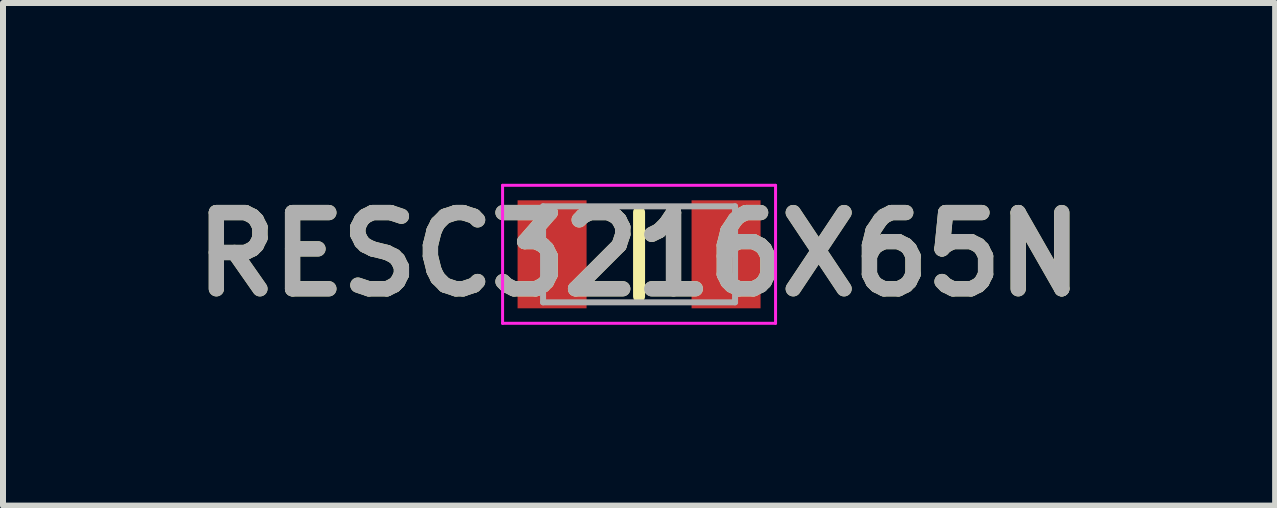
<source format=kicad_pcb>
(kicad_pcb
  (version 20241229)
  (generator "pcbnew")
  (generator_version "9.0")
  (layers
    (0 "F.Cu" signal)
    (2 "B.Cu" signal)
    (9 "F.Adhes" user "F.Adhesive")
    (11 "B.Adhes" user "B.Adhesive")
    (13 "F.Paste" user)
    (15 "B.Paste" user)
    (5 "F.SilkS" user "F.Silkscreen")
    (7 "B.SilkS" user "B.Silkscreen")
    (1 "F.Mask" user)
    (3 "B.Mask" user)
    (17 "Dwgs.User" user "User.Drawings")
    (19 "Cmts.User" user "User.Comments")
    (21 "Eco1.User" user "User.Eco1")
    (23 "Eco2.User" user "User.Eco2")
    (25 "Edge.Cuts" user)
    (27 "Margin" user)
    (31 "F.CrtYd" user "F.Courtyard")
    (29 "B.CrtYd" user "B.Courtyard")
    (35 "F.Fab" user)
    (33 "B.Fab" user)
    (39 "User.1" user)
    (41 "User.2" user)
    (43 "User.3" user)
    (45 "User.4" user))
  (footprint "RESC3216X65N"
    (layer "F.Cu")
    (at 7.602 1.189)
    (property "Reference" "RESC3216X65N" (at 0 0 0) (layer "F.SilkS") (effects (font (size 1.27 1.27) (thickness 0.254))))
    (attr smd)
    (fp_line (start 0 -0.7) (end 0 0.7) (stroke (width 0.2) (type solid)) (layer "F.SilkS"))
    (fp_line (start -2.275 -1.15) (end 2.275 -1.15) (stroke (width 0.05) (type solid)) (layer "F.CrtYd"))
    (fp_line (start -2.275 1.15) (end -2.275 -1.15) (stroke (width 0.05) (type solid)) (layer "F.CrtYd"))
    (fp_line (start 2.275 -1.15) (end 2.275 1.15) (stroke (width 0.05) (type solid)) (layer "F.CrtYd"))
    (fp_line (start 2.275 1.15) (end -2.275 1.15) (stroke (width 0.05) (type solid)) (layer "F.CrtYd"))
    (fp_line (start -1.6 -0.8) (end 1.6 -0.8) (stroke (width 0.1) (type solid)) (layer "F.Fab"))
    (fp_line (start -1.6 0.8) (end -1.6 -0.8) (stroke (width 0.1) (type solid)) (layer "F.Fab"))
    (fp_line (start 1.6 -0.8) (end 1.6 0.8) (stroke (width 0.1) (type solid)) (layer "F.Fab"))
    (fp_line (start 1.6 0.8) (end -1.6 0.8) (stroke (width 0.1) (type solid)) (layer "F.Fab"))
    (fp_text user "${REFERENCE}" (at 0 0 0) (layer "F.Fab") (effects (font (size 1.27 1.27) (thickness 0.254))))
    (pad "1" smd rect (at -1.45 0) (size 1.15 1.8) (layers "F.Cu" "F.Mask" "F.Paste"))
    (pad "2" smd rect (at 1.45 0) (size 1.15 1.8) (layers "F.Cu" "F.Mask" "F.Paste")))
  (gr_rect
    (start -3 -3)
    (end 18.204 5.377)
    (stroke (width 0.1) (type default))
    (fill no)
    (layer "Edge.Cuts")))
</source>
